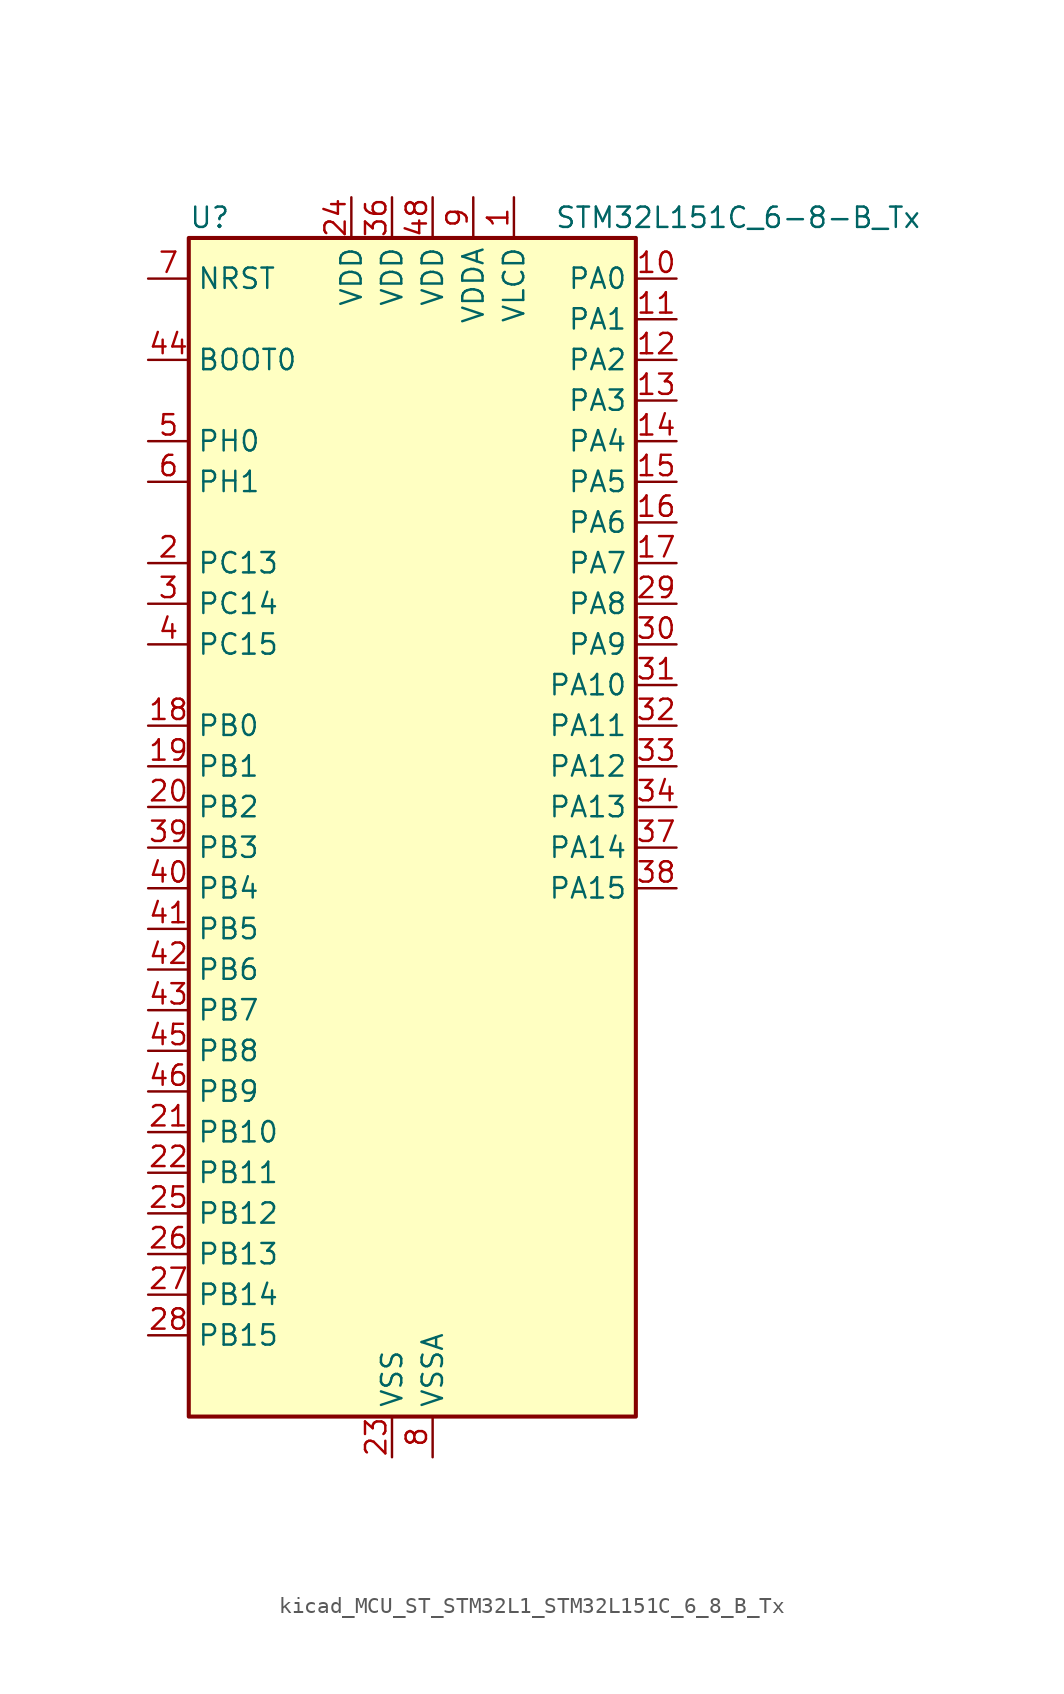
<source format=kicad_sym>
(kicad_symbol_lib
  (version 20220914)
  (generator kicad_symbol_editor)
  (symbol "kicad_MCU_ST_STM32L1_STM32L151C_6_8_B_Tx"
    (property "Reference" "U"
      (at -12.7 39.37 0)
      (effects (font (size 1.27 1.27)) (justify left)))
    (property "Value" "STM32L151C_6-8-B_Tx"
      (at 10.16 39.37 0)
      (effects (font (size 1.27 1.27)) (justify left)))
    (property "ki_locked" ""
      (at 0 0 0)
      (effects (font (size 1.27 1.27))))
    (symbol "kicad_MCU_ST_STM32L1_STM32L151C_6_8_B_Tx_0_1"
      (rectangle (start -12.7 -35.56) (end 15.24 38.1) (stroke (width 0.254) (type default)) (fill (type background))))
    (symbol "kicad_MCU_ST_STM32L1_STM32L151C_6_8_B_Tx_1_1"
      (pin power_in line (at 7.62 40.64 270) (length 2.54) (name "VLCD" (effects (font (size 1.27 1.27)))) (number "1" (effects (font (size 1.27 1.27)))))
      (pin bidirectional line (at 17.78 35.56 180) (length 2.54) (name "PA0" (effects (font (size 1.27 1.27)))) (number "10" (effects (font (size 1.27 1.27)))) (alternate "ADC_IN0" bidirectional line) (alternate "COMP1_INP" bidirectional line) (alternate "SYS_WKUP1" bidirectional line) (alternate "TIM2_CH1" bidirectional line) (alternate "TIM2_ETR" bidirectional line) (alternate "TIMX_IC1" bidirectional line) (alternate "TS_G1_IO1" bidirectional line) (alternate "USART2_CTS" bidirectional line))
      (pin bidirectional line (at 17.78 33.02 180) (length 2.54) (name "PA1" (effects (font (size 1.27 1.27)))) (number "11" (effects (font (size 1.27 1.27)))) (alternate "ADC_IN1" bidirectional line) (alternate "COMP1_INP" bidirectional line) (alternate "TIM2_CH2" bidirectional line) (alternate "TIMX_IC2" bidirectional line) (alternate "TS_G1_IO2" bidirectional line) (alternate "USART2_RTS" bidirectional line))
      (pin bidirectional line (at 17.78 30.48 180) (length 2.54) (name "PA2" (effects (font (size 1.27 1.27)))) (number "12" (effects (font (size 1.27 1.27)))) (alternate "ADC_IN2" bidirectional line) (alternate "COMP1_INP" bidirectional line) (alternate "TIM2_CH3" bidirectional line) (alternate "TIM9_CH1" bidirectional line) (alternate "TIMX_IC3" bidirectional line) (alternate "TS_G1_IO3" bidirectional line) (alternate "USART2_TX" bidirectional line))
      (pin bidirectional line (at 17.78 27.94 180) (length 2.54) (name "PA3" (effects (font (size 1.27 1.27)))) (number "13" (effects (font (size 1.27 1.27)))) (alternate "ADC_IN3" bidirectional line) (alternate "COMP1_INP" bidirectional line) (alternate "TIM2_CH4" bidirectional line) (alternate "TIM9_CH2" bidirectional line) (alternate "TIMX_IC4" bidirectional line) (alternate "TS_G1_IO4" bidirectional line) (alternate "USART2_RX" bidirectional line))
      (pin bidirectional line (at 17.78 25.4 180) (length 2.54) (name "PA4" (effects (font (size 1.27 1.27)))) (number "14" (effects (font (size 1.27 1.27)))) (alternate "ADC_IN4" bidirectional line) (alternate "COMP1_INP" bidirectional line) (alternate "DAC_OUT1" bidirectional line) (alternate "SPI1_NSS" bidirectional line) (alternate "TIMX_IC1" bidirectional line) (alternate "USART2_CK" bidirectional line))
      (pin bidirectional line (at 17.78 22.86 180) (length 2.54) (name "PA5" (effects (font (size 1.27 1.27)))) (number "15" (effects (font (size 1.27 1.27)))) (alternate "ADC_IN5" bidirectional line) (alternate "COMP1_INP" bidirectional line) (alternate "DAC_OUT2" bidirectional line) (alternate "SPI1_SCK" bidirectional line) (alternate "TIM2_CH1" bidirectional line) (alternate "TIM2_ETR" bidirectional line) (alternate "TIMX_IC2" bidirectional line))
      (pin bidirectional line (at 17.78 20.32 180) (length 2.54) (name "PA6" (effects (font (size 1.27 1.27)))) (number "16" (effects (font (size 1.27 1.27)))) (alternate "ADC_IN6" bidirectional line) (alternate "COMP1_INP" bidirectional line) (alternate "SPI1_MISO" bidirectional line) (alternate "TIM10_CH1" bidirectional line) (alternate "TIM3_CH1" bidirectional line) (alternate "TIMX_IC3" bidirectional line) (alternate "TS_G2_IO1" bidirectional line))
      (pin bidirectional line (at 17.78 17.78 180) (length 2.54) (name "PA7" (effects (font (size 1.27 1.27)))) (number "17" (effects (font (size 1.27 1.27)))) (alternate "ADC_IN7" bidirectional line) (alternate "COMP1_INP" bidirectional line) (alternate "SPI1_MOSI" bidirectional line) (alternate "TIM11_CH1" bidirectional line) (alternate "TIM3_CH2" bidirectional line) (alternate "TIMX_IC4" bidirectional line) (alternate "TS_G2_IO2" bidirectional line))
      (pin bidirectional line (at -15.24 7.62 0) (length 2.54) (name "PB0" (effects (font (size 1.27 1.27)))) (number "18" (effects (font (size 1.27 1.27)))) (alternate "ADC_IN8" bidirectional line) (alternate "COMP1_INP" bidirectional line) (alternate "SYS_V_REF_OUT" bidirectional line) (alternate "TIM3_CH3" bidirectional line) (alternate "TS_G3_IO1" bidirectional line))
      (pin bidirectional line (at -15.24 5.08 0) (length 2.54) (name "PB1" (effects (font (size 1.27 1.27)))) (number "19" (effects (font (size 1.27 1.27)))) (alternate "ADC_IN9" bidirectional line) (alternate "COMP1_INP" bidirectional line) (alternate "SYS_V_REF_OUT" bidirectional line) (alternate "TIM3_CH4" bidirectional line) (alternate "TS_G3_IO2" bidirectional line))
      (pin bidirectional line (at -15.24 17.78 0) (length 2.54) (name "PC13" (effects (font (size 1.27 1.27)))) (number "2" (effects (font (size 1.27 1.27)))) (alternate "RTC_OUT_ALARM" bidirectional line) (alternate "RTC_OUT_CALIB" bidirectional line) (alternate "RTC_TAMP1" bidirectional line) (alternate "RTC_TS" bidirectional line) (alternate "SYS_WKUP2" bidirectional line) (alternate "TIMX_IC2" bidirectional line))
      (pin bidirectional line (at -15.24 2.54 0) (length 2.54) (name "PB2" (effects (font (size 1.27 1.27)))) (number "20" (effects (font (size 1.27 1.27)))))
      (pin bidirectional line (at -15.24 -17.78 0) (length 2.54) (name "PB10" (effects (font (size 1.27 1.27)))) (number "21" (effects (font (size 1.27 1.27)))) (alternate "I2C2_SCL" bidirectional line) (alternate "TIM2_CH3" bidirectional line) (alternate "USART3_TX" bidirectional line))
      (pin bidirectional line (at -15.24 -20.32 0) (length 2.54) (name "PB11" (effects (font (size 1.27 1.27)))) (number "22" (effects (font (size 1.27 1.27)))) (alternate "ADC_EXTI11" bidirectional line) (alternate "I2C2_SDA" bidirectional line) (alternate "TIM2_CH4" bidirectional line) (alternate "USART3_RX" bidirectional line))
      (pin power_in line (at 0 -38.1 90) (length 2.54) (name "VSS" (effects (font (size 1.27 1.27)))) (number "23" (effects (font (size 1.27 1.27)))))
      (pin power_in line (at -2.54 40.64 270) (length 2.54) (name "VDD" (effects (font (size 1.27 1.27)))) (number "24" (effects (font (size 1.27 1.27)))))
      (pin bidirectional line (at -15.24 -22.86 0) (length 2.54) (name "PB12" (effects (font (size 1.27 1.27)))) (number "25" (effects (font (size 1.27 1.27)))) (alternate "ADC_IN18" bidirectional line) (alternate "COMP1_INP" bidirectional line) (alternate "I2C2_SMBA" bidirectional line) (alternate "SPI2_NSS" bidirectional line) (alternate "TIM10_CH1" bidirectional line) (alternate "TS_G7_IO1" bidirectional line) (alternate "USART3_CK" bidirectional line))
      (pin bidirectional line (at -15.24 -25.4 0) (length 2.54) (name "PB13" (effects (font (size 1.27 1.27)))) (number "26" (effects (font (size 1.27 1.27)))) (alternate "ADC_IN19" bidirectional line) (alternate "COMP1_INP" bidirectional line) (alternate "SPI2_SCK" bidirectional line) (alternate "TIM9_CH1" bidirectional line) (alternate "TS_G7_IO2" bidirectional line) (alternate "USART3_CTS" bidirectional line))
      (pin bidirectional line (at -15.24 -27.94 0) (length 2.54) (name "PB14" (effects (font (size 1.27 1.27)))) (number "27" (effects (font (size 1.27 1.27)))) (alternate "ADC_IN20" bidirectional line) (alternate "COMP1_INP" bidirectional line) (alternate "SPI2_MISO" bidirectional line) (alternate "TIM9_CH2" bidirectional line) (alternate "TS_G7_IO3" bidirectional line) (alternate "USART3_RTS" bidirectional line))
      (pin bidirectional line (at -15.24 -30.48 0) (length 2.54) (name "PB15" (effects (font (size 1.27 1.27)))) (number "28" (effects (font (size 1.27 1.27)))) (alternate "ADC_EXTI15" bidirectional line) (alternate "ADC_IN21" bidirectional line) (alternate "COMP1_INP" bidirectional line) (alternate "RTC_REFIN" bidirectional line) (alternate "SPI2_MOSI" bidirectional line) (alternate "TIM11_CH1" bidirectional line) (alternate "TS_G7_IO4" bidirectional line))
      (pin bidirectional line (at 17.78 15.24 180) (length 2.54) (name "PA8" (effects (font (size 1.27 1.27)))) (number "29" (effects (font (size 1.27 1.27)))) (alternate "RCC_MCO" bidirectional line) (alternate "TIMX_IC1" bidirectional line) (alternate "TS_G4_IO1" bidirectional line) (alternate "USART1_CK" bidirectional line))
      (pin bidirectional line (at -15.24 15.24 0) (length 2.54) (name "PC14" (effects (font (size 1.27 1.27)))) (number "3" (effects (font (size 1.27 1.27)))) (alternate "RCC_OSC32_IN" bidirectional line) (alternate "TIMX_IC3" bidirectional line))
      (pin bidirectional line (at 17.78 12.7 180) (length 2.54) (name "PA9" (effects (font (size 1.27 1.27)))) (number "30" (effects (font (size 1.27 1.27)))) (alternate "DAC_EXTI9" bidirectional line) (alternate "TIMX_IC2" bidirectional line) (alternate "TS_G4_IO2" bidirectional line) (alternate "USART1_TX" bidirectional line))
      (pin bidirectional line (at 17.78 10.16 180) (length 2.54) (name "PA10" (effects (font (size 1.27 1.27)))) (number "31" (effects (font (size 1.27 1.27)))) (alternate "TIMX_IC3" bidirectional line) (alternate "TS_G4_IO3" bidirectional line) (alternate "USART1_RX" bidirectional line))
      (pin bidirectional line (at 17.78 7.62 180) (length 2.54) (name "PA11" (effects (font (size 1.27 1.27)))) (number "32" (effects (font (size 1.27 1.27)))) (alternate "ADC_EXTI11" bidirectional line) (alternate "SPI1_MISO" bidirectional line) (alternate "TIMX_IC4" bidirectional line) (alternate "USART1_CTS" bidirectional line) (alternate "USB_DM" bidirectional line))
      (pin bidirectional line (at 17.78 5.08 180) (length 2.54) (name "PA12" (effects (font (size 1.27 1.27)))) (number "33" (effects (font (size 1.27 1.27)))) (alternate "SPI1_MOSI" bidirectional line) (alternate "TIMX_IC1" bidirectional line) (alternate "USART1_RTS" bidirectional line) (alternate "USB_DP" bidirectional line))
      (pin bidirectional line (at 17.78 2.54 180) (length 2.54) (name "PA13" (effects (font (size 1.27 1.27)))) (number "34" (effects (font (size 1.27 1.27)))) (alternate "SYS_JTMS-SWDIO" bidirectional line) (alternate "TIMX_IC2" bidirectional line) (alternate "TS_G5_IO1" bidirectional line))
      (pin passive line (at 0 -38.1 90) (length 2.54) hide (name "VSS" (effects (font (size 1.27 1.27)))) (number "35" (effects (font (size 1.27 1.27)))))
      (pin power_in line (at 0 40.64 270) (length 2.54) (name "VDD" (effects (font (size 1.27 1.27)))) (number "36" (effects (font (size 1.27 1.27)))))
      (pin bidirectional line (at 17.78 0 180) (length 2.54) (name "PA14" (effects (font (size 1.27 1.27)))) (number "37" (effects (font (size 1.27 1.27)))) (alternate "SYS_JTCK-SWCLK" bidirectional line) (alternate "TIMX_IC3" bidirectional line) (alternate "TS_G5_IO2" bidirectional line))
      (pin bidirectional line (at 17.78 -2.54 180) (length 2.54) (name "PA15" (effects (font (size 1.27 1.27)))) (number "38" (effects (font (size 1.27 1.27)))) (alternate "ADC_EXTI15" bidirectional line) (alternate "SPI1_NSS" bidirectional line) (alternate "SYS_JTDI" bidirectional line) (alternate "TIM2_CH1" bidirectional line) (alternate "TIM2_ETR" bidirectional line) (alternate "TIMX_IC4" bidirectional line) (alternate "TS_G5_IO3" bidirectional line))
      (pin bidirectional line (at -15.24 0 0) (length 2.54) (name "PB3" (effects (font (size 1.27 1.27)))) (number "39" (effects (font (size 1.27 1.27)))) (alternate "COMP2_INM" bidirectional line) (alternate "SPI1_SCK" bidirectional line) (alternate "SYS_JTDO-TRACESWO" bidirectional line) (alternate "TIM2_CH2" bidirectional line))
      (pin bidirectional line (at -15.24 12.7 0) (length 2.54) (name "PC15" (effects (font (size 1.27 1.27)))) (number "4" (effects (font (size 1.27 1.27)))) (alternate "ADC_EXTI15" bidirectional line) (alternate "RCC_OSC32_OUT" bidirectional line) (alternate "TIMX_IC4" bidirectional line))
      (pin bidirectional line (at -15.24 -2.54 0) (length 2.54) (name "PB4" (effects (font (size 1.27 1.27)))) (number "40" (effects (font (size 1.27 1.27)))) (alternate "COMP2_INP" bidirectional line) (alternate "SPI1_MISO" bidirectional line) (alternate "SYS_JTRST" bidirectional line) (alternate "TIM3_CH1" bidirectional line) (alternate "TS_G6_IO1" bidirectional line))
      (pin bidirectional line (at -15.24 -5.08 0) (length 2.54) (name "PB5" (effects (font (size 1.27 1.27)))) (number "41" (effects (font (size 1.27 1.27)))) (alternate "COMP2_INP" bidirectional line) (alternate "I2C1_SMBA" bidirectional line) (alternate "SPI1_MOSI" bidirectional line) (alternate "TIM3_CH2" bidirectional line) (alternate "TS_G6_IO2" bidirectional line))
      (pin bidirectional line (at -15.24 -7.62 0) (length 2.54) (name "PB6" (effects (font (size 1.27 1.27)))) (number "42" (effects (font (size 1.27 1.27)))) (alternate "I2C1_SCL" bidirectional line) (alternate "TIM4_CH1" bidirectional line) (alternate "USART1_TX" bidirectional line))
      (pin bidirectional line (at -15.24 -10.16 0) (length 2.54) (name "PB7" (effects (font (size 1.27 1.27)))) (number "43" (effects (font (size 1.27 1.27)))) (alternate "I2C1_SDA" bidirectional line) (alternate "SYS_PVD_IN" bidirectional line) (alternate "TIM4_CH2" bidirectional line) (alternate "USART1_RX" bidirectional line))
      (pin input line (at -15.24 30.48 0) (length 2.54) (name "BOOT0" (effects (font (size 1.27 1.27)))) (number "44" (effects (font (size 1.27 1.27)))))
      (pin bidirectional line (at -15.24 -12.7 0) (length 2.54) (name "PB8" (effects (font (size 1.27 1.27)))) (number "45" (effects (font (size 1.27 1.27)))) (alternate "I2C1_SCL" bidirectional line) (alternate "TIM10_CH1" bidirectional line) (alternate "TIM4_CH3" bidirectional line))
      (pin bidirectional line (at -15.24 -15.24 0) (length 2.54) (name "PB9" (effects (font (size 1.27 1.27)))) (number "46" (effects (font (size 1.27 1.27)))) (alternate "DAC_EXTI9" bidirectional line) (alternate "I2C1_SDA" bidirectional line) (alternate "TIM11_CH1" bidirectional line) (alternate "TIM4_CH4" bidirectional line))
      (pin passive line (at 0 -38.1 90) (length 2.54) hide (name "VSS" (effects (font (size 1.27 1.27)))) (number "47" (effects (font (size 1.27 1.27)))))
      (pin power_in line (at 2.54 40.64 270) (length 2.54) (name "VDD" (effects (font (size 1.27 1.27)))) (number "48" (effects (font (size 1.27 1.27)))))
      (pin bidirectional line (at -15.24 25.4 0) (length 2.54) (name "PH0" (effects (font (size 1.27 1.27)))) (number "5" (effects (font (size 1.27 1.27)))) (alternate "RCC_OSC_IN" bidirectional line))
      (pin bidirectional line (at -15.24 22.86 0) (length 2.54) (name "PH1" (effects (font (size 1.27 1.27)))) (number "6" (effects (font (size 1.27 1.27)))) (alternate "RCC_OSC_OUT" bidirectional line))
      (pin input line (at -15.24 35.56 0) (length 2.54) (name "NRST" (effects (font (size 1.27 1.27)))) (number "7" (effects (font (size 1.27 1.27)))))
      (pin power_in line (at 2.54 -38.1 90) (length 2.54) (name "VSSA" (effects (font (size 1.27 1.27)))) (number "8" (effects (font (size 1.27 1.27)))))
      (pin power_in line (at 5.08 40.64 270) (length 2.54) (name "VDDA" (effects (font (size 1.27 1.27)))) (number "9" (effects (font (size 1.27 1.27))))))))
</source>
